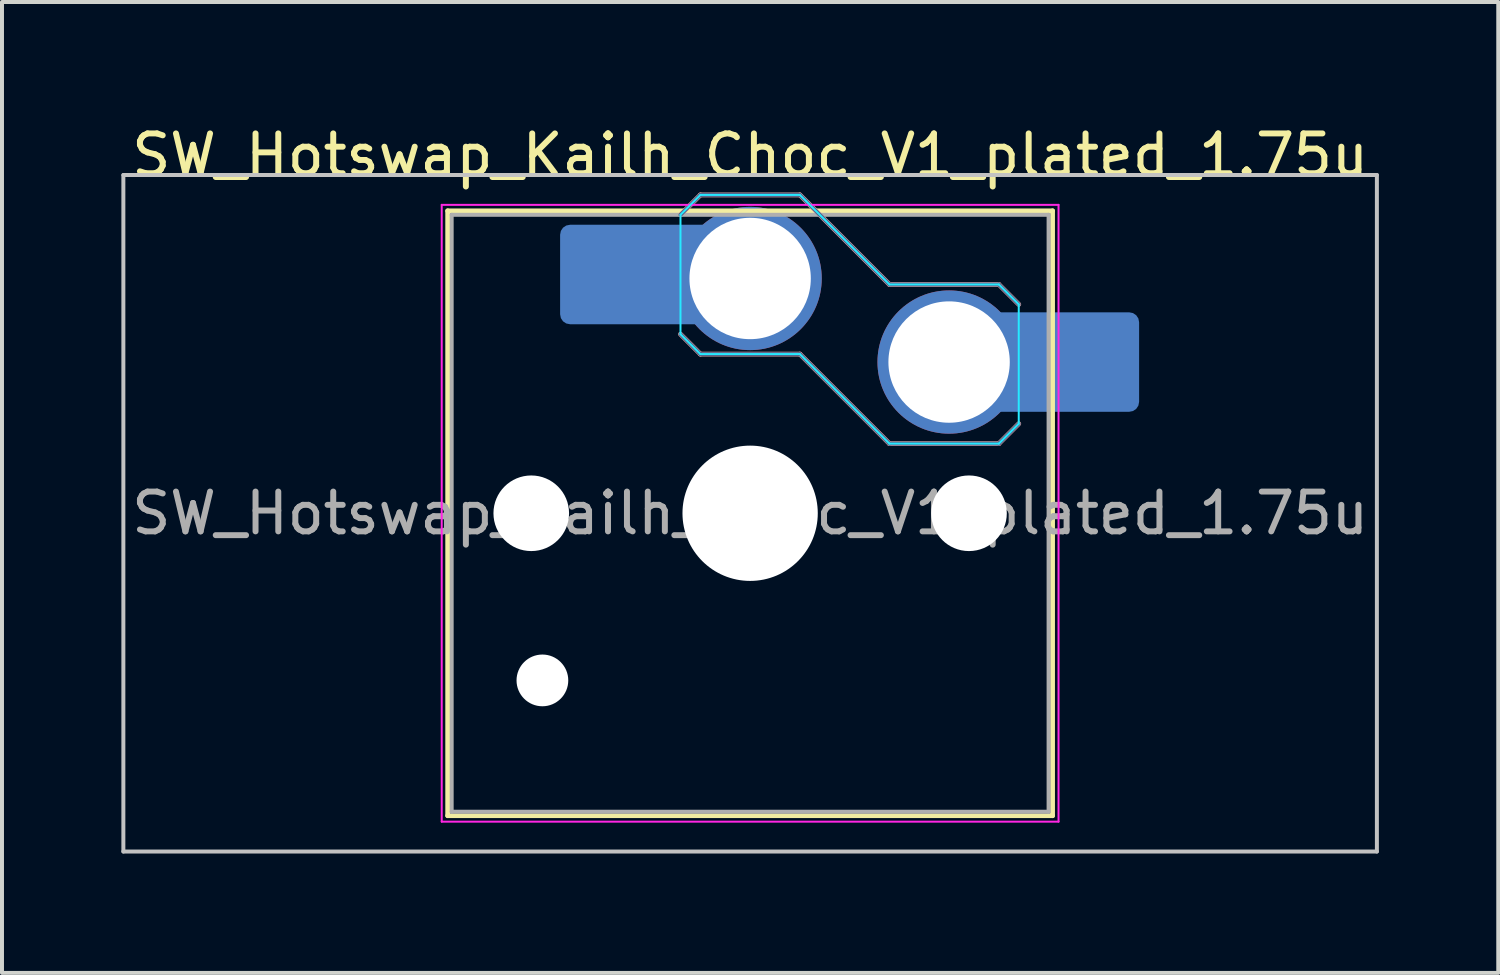
<source format=kicad_pcb>
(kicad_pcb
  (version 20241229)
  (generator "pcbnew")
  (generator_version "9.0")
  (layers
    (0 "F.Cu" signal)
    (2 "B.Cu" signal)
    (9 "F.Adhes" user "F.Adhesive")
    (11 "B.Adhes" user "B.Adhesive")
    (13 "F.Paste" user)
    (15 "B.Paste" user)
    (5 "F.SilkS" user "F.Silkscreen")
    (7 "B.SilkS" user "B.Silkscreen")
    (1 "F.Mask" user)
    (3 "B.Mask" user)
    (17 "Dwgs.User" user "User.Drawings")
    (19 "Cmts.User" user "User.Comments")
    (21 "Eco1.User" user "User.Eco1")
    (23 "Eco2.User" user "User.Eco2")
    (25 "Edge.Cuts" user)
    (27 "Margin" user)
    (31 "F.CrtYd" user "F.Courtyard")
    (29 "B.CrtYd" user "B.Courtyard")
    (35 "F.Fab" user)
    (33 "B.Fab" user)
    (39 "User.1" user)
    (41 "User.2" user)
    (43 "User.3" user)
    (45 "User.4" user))
  (footprint "SW_Hotswap_Kailh_Choc_V1_plated_1.75u"
    (layer "F.Cu")
    (at 15.8 9.848)
    (property "Reference" "SW_Hotswap_Kailh_Choc_V1_plated_1.75u" (at 0 -9 0) (layer "F.SilkS") (effects (font (size 1 1) (thickness 0.15))))
    (attr smd)
    (fp_line (start -7.6 -7.6) (end -7.6 7.6) (stroke (width 0.12) (type solid)) (layer "F.SilkS"))
    (fp_line (start -7.6 7.6) (end 7.6 7.6) (stroke (width 0.12) (type solid)) (layer "F.SilkS"))
    (fp_line (start 7.6 -7.6) (end -7.6 -7.6) (stroke (width 0.12) (type solid)) (layer "F.SilkS"))
    (fp_line (start 7.6 7.6) (end 7.6 -7.6) (stroke (width 0.12) (type solid)) (layer "F.SilkS"))
    (fp_line (start -1.75 -7.5) (end -1.25 -8) (stroke (width 0.12) (type solid)) (layer "B.SilkS"))
    (fp_line (start -1.25 -8) (end 1.25 -8) (stroke (width 0.12) (type solid)) (layer "B.SilkS"))
    (fp_line (start -1.25 -4) (end -1.75 -4.5) (stroke (width 0.12) (type solid)) (layer "B.SilkS"))
    (fp_line (start 1.25 -8) (end 3.5 -5.75) (stroke (width 0.12) (type solid)) (layer "B.SilkS"))
    (fp_line (start 1.25 -4) (end -1.25 -4) (stroke (width 0.12) (type solid)) (layer "B.SilkS"))
    (fp_line (start 3.5 -5.75) (end 6.25 -5.75) (stroke (width 0.12) (type solid)) (layer "B.SilkS"))
    (fp_line (start 3.5 -1.75) (end 1.25 -4) (stroke (width 0.12) (type solid)) (layer "B.SilkS"))
    (fp_line (start 6.25 -5.75) (end 6.75 -5.25) (stroke (width 0.12) (type solid)) (layer "B.SilkS"))
    (fp_line (start 6.25 -1.75) (end 3.5 -1.75) (stroke (width 0.12) (type solid)) (layer "B.SilkS"))
    (fp_line (start 6.75 -2.25) (end 6.25 -1.75) (stroke (width 0.12) (type solid)) (layer "B.SilkS"))
    (fp_line (start -15.75 -8.5) (end -15.75 8.5) (stroke (width 0.1) (type solid)) (layer "Dwgs.User"))
    (fp_line (start -15.75 8.5) (end 15.75 8.5) (stroke (width 0.1) (type solid)) (layer "Dwgs.User"))
    (fp_line (start 15.75 -8.5) (end -15.75 -8.5) (stroke (width 0.1) (type solid)) (layer "Dwgs.User"))
    (fp_line (start 15.75 8.5) (end 15.75 -8.5) (stroke (width 0.1) (type solid)) (layer "Dwgs.User"))
    (fp_line (start -7.25 -7.25) (end -7.25 7.25) (stroke (width 0.1) (type solid)) (layer "Eco1.User"))
    (fp_line (start -7.25 7.25) (end 7.25 7.25) (stroke (width 0.1) (type solid)) (layer "Eco1.User"))
    (fp_line (start 7.25 -7.25) (end -7.25 -7.25) (stroke (width 0.1) (type solid)) (layer "Eco1.User"))
    (fp_line (start 7.25 7.25) (end 7.25 -7.25) (stroke (width 0.1) (type solid)) (layer "Eco1.User"))
    (fp_line (start -1.75 -7.5) (end -1.25 -8) (stroke (width 0.05) (type solid)) (layer "B.CrtYd"))
    (fp_line (start -1.75 -4.5) (end -1.75 -7.5) (stroke (width 0.05) (type solid)) (layer "B.CrtYd"))
    (fp_line (start -1.25 -8) (end 1.25 -8) (stroke (width 0.05) (type solid)) (layer "B.CrtYd"))
    (fp_line (start -1.25 -4) (end -1.75 -4.5) (stroke (width 0.05) (type solid)) (layer "B.CrtYd"))
    (fp_line (start 1.25 -8) (end 3.5 -5.75) (stroke (width 0.05) (type solid)) (layer "B.CrtYd"))
    (fp_line (start 1.25 -4) (end -1.25 -4) (stroke (width 0.05) (type solid)) (layer "B.CrtYd"))
    (fp_line (start 3.5 -5.75) (end 6.25 -5.75) (stroke (width 0.05) (type solid)) (layer "B.CrtYd"))
    (fp_line (start 3.5 -1.75) (end 1.25 -4) (stroke (width 0.05) (type solid)) (layer "B.CrtYd"))
    (fp_line (start 6.25 -5.75) (end 6.75 -5.25) (stroke (width 0.05) (type solid)) (layer "B.CrtYd"))
    (fp_line (start 6.25 -1.75) (end 3.5 -1.75) (stroke (width 0.05) (type solid)) (layer "B.CrtYd"))
    (fp_line (start 6.75 -5.25) (end 6.75 -2.25) (stroke (width 0.05) (type solid)) (layer "B.CrtYd"))
    (fp_line (start 6.75 -2.25) (end 6.25 -1.75) (stroke (width 0.05) (type solid)) (layer "B.CrtYd"))
    (fp_line (start -7.75 -7.75) (end -7.75 7.75) (stroke (width 0.05) (type solid)) (layer "F.CrtYd"))
    (fp_line (start -7.75 7.75) (end 7.75 7.75) (stroke (width 0.05) (type solid)) (layer "F.CrtYd"))
    (fp_line (start 7.75 -7.75) (end -7.75 -7.75) (stroke (width 0.05) (type solid)) (layer "F.CrtYd"))
    (fp_line (start 7.75 7.75) (end 7.75 -7.75) (stroke (width 0.05) (type solid)) (layer "F.CrtYd"))
    (fp_line (start -1.75 -7.5) (end -1.25 -8) (stroke (width 0.1) (type solid)) (layer "B.Fab"))
    (fp_line (start -1.25 -8) (end 1.25 -8) (stroke (width 0.1) (type solid)) (layer "B.Fab"))
    (fp_line (start -1.25 -4) (end -1.75 -4.5) (stroke (width 0.1) (type solid)) (layer "B.Fab"))
    (fp_line (start 1.25 -8) (end 3.5 -5.75) (stroke (width 0.1) (type solid)) (layer "B.Fab"))
    (fp_line (start 1.25 -4) (end -1.25 -4) (stroke (width 0.1) (type solid)) (layer "B.Fab"))
    (fp_line (start 3.5 -5.75) (end 6.25 -5.75) (stroke (width 0.1) (type solid)) (layer "B.Fab"))
    (fp_line (start 3.5 -1.75) (end 1.25 -4) (stroke (width 0.1) (type solid)) (layer "B.Fab"))
    (fp_line (start 6.25 -5.75) (end 6.75 -5.25) (stroke (width 0.1) (type solid)) (layer "B.Fab"))
    (fp_line (start 6.25 -1.75) (end 3.5 -1.75) (stroke (width 0.1) (type solid)) (layer "B.Fab"))
    (fp_line (start 6.75 -2.25) (end 6.25 -1.75) (stroke (width 0.1) (type solid)) (layer "B.Fab"))
    (fp_line (start -7.5 -7.5) (end -7.5 7.5) (stroke (width 0.1) (type solid)) (layer "F.Fab"))
    (fp_line (start -7.5 7.5) (end 7.5 7.5) (stroke (width 0.1) (type solid)) (layer "F.Fab"))
    (fp_line (start 7.5 -7.5) (end -7.5 -7.5) (stroke (width 0.1) (type solid)) (layer "F.Fab"))
    (fp_line (start 7.5 7.5) (end 7.5 -7.5) (stroke (width 0.1) (type solid)) (layer "F.Fab"))
    (fp_text user "${REFERENCE}" (at 0 0 0) (layer "F.Fab") (effects (font (size 1 1) (thickness 0.15))))
    (pad "" np_thru_hole circle (at -5.5 0) (size 1.9 1.9) (drill 1.9) (layers "*.Cu" "*.Mask"))
    (pad "" np_thru_hole circle (at -5.22 4.2) (size 1.3 1.3) (drill 1.3) (layers "*.Cu" "*.Mask"))
    (pad "" smd roundrect (at -3.5 -6) (size 2.55 2.5) (layers "B.Mask" "B.Paste") (roundrect_rratio 0.1))
    (pad "" np_thru_hole circle (at 0 0) (size 3.4 3.4) (drill 3.4) (layers "*.Cu" "*.Mask"))
    (pad "" np_thru_hole circle (at 5.5 0) (size 1.9 1.9) (drill 1.9) (layers "*.Cu" "*.Mask"))
    (pad "" smd roundrect (at 8.5 -3.8) (size 2.55 2.5) (layers "B.Mask" "B.Paste") (roundrect_rratio 0.1))
    (pad "1" smd roundrect (at -2.85 -6) (size 3.85 2.5) (layers "B.Cu") (roundrect_rratio 0.1))
    (pad "1" thru_hole circle (at 0 -5.9) (size 3.6 3.6) (drill 3.05) (layers "*.Cu" "B.Mask"))
    (pad "2" thru_hole circle (at 5 -3.8) (size 3.6 3.6) (drill 3.05) (layers "*.Cu" "B.Mask"))
    (pad "2" smd roundrect (at 7.85 -3.8) (size 3.85 2.5) (layers "B.Cu") (roundrect_rratio 0.1)))
  (gr_rect
    (start -3 -3)
    (end 34.6 21.398)
    (stroke (width 0.1) (type default))
    (fill no)
    (layer "Edge.Cuts")))
</source>
